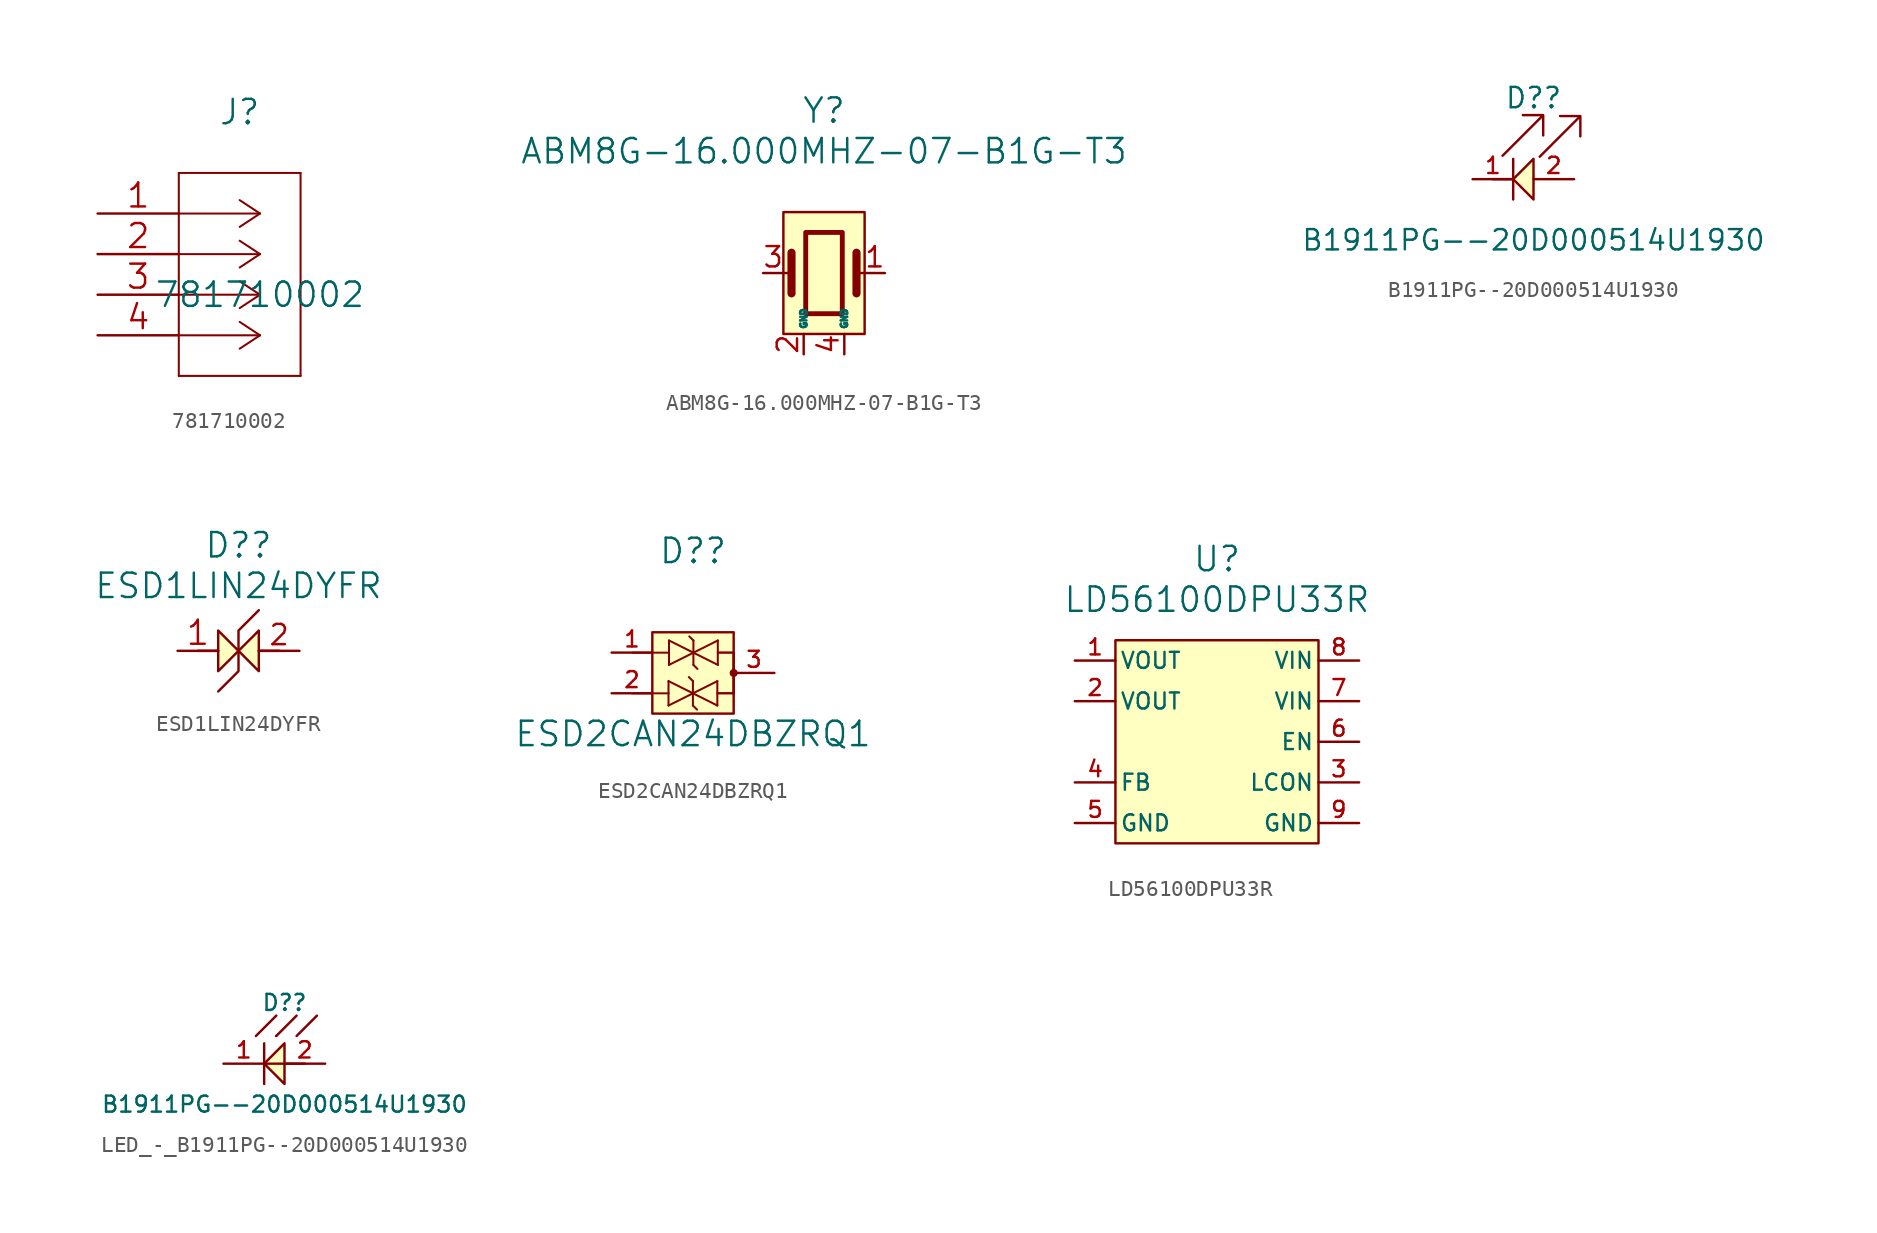
<source format=kicad_sym>
(kicad_symbol_lib
  (version 20220914)
  (generator kicad_symbol_editor)
  (symbol "781710002"
    (pin_names
      (offset 0.254) hide)
    (property "Reference" "J"
      (at 8.89 6.35 0)
      (effects (font (size 1.524 1.524))))
    (property "Value" "781710002"
      (at 10.16 -5.08 0)
      (effects (font (size 1.524 1.524))))
    (property "Datasheet" ""
      (at 0 0 0)
      (effects (font (size 1.524 1.524))))
    (property "ki_locked" ""
      (at 0 0 0)
      (effects (font (size 1.27 1.27))))
    (symbol "781710002_1_1"
      (polyline (pts (xy 5.08 -10.16) (xy 12.7 -10.16)) (stroke (width 0.127) (type solid)) (fill (type none)))
      (polyline (pts (xy 5.08 2.54) (xy 5.08 -10.16)) (stroke (width 0.127) (type solid)) (fill (type none)))
      (polyline (pts (xy 10.16 -7.62) (xy 5.08 -7.62)) (stroke (width 0.127) (type solid)) (fill (type none)))
      (polyline (pts (xy 10.16 -7.62) (xy 8.89 -8.458)) (stroke (width 0.127) (type solid)) (fill (type none)))
      (polyline (pts (xy 10.16 -7.62) (xy 8.89 -6.782)) (stroke (width 0.127) (type solid)) (fill (type none)))
      (polyline (pts (xy 10.16 -5.08) (xy 5.08 -5.08)) (stroke (width 0.127) (type solid)) (fill (type none)))
      (polyline (pts (xy 10.16 -5.08) (xy 8.89 -5.918)) (stroke (width 0.127) (type solid)) (fill (type none)))
      (polyline (pts (xy 10.16 -5.08) (xy 8.89 -4.242)) (stroke (width 0.127) (type solid)) (fill (type none)))
      (polyline (pts (xy 10.16 -2.54) (xy 5.08 -2.54)) (stroke (width 0.127) (type solid)) (fill (type none)))
      (polyline (pts (xy 10.16 -2.54) (xy 8.89 -3.378)) (stroke (width 0.127) (type solid)) (fill (type none)))
      (polyline (pts (xy 10.16 -2.54) (xy 8.89 -1.702)) (stroke (width 0.127) (type solid)) (fill (type none)))
      (polyline (pts (xy 10.16 0) (xy 5.08 0)) (stroke (width 0.127) (type solid)) (fill (type none)))
      (polyline (pts (xy 10.16 0) (xy 8.89 -0.838)) (stroke (width 0.127) (type solid)) (fill (type none)))
      (polyline (pts (xy 10.16 0) (xy 8.89 0.838)) (stroke (width 0.127) (type solid)) (fill (type none)))
      (polyline (pts (xy 12.7 -10.16) (xy 12.7 2.54)) (stroke (width 0.127) (type solid)) (fill (type none)))
      (polyline (pts (xy 12.7 2.54) (xy 5.08 2.54)) (stroke (width 0.127) (type solid)) (fill (type none)))
      (pin unspecified line (at 0 0 0) (length 5.08) (name "1" (effects (font (size 1.499 1.499)))) (number "1" (effects (font (size 1.499 1.499)))))
      (pin unspecified line (at 0 -2.54 0) (length 5.08) (name "2" (effects (font (size 1.499 1.499)))) (number "2" (effects (font (size 1.499 1.499)))))
      (pin unspecified line (at 0 -5.08 0) (length 5.08) (name "3" (effects (font (size 1.499 1.499)))) (number "3" (effects (font (size 1.499 1.499)))))
      (pin unspecified line (at 0 -7.62 0) (length 5.08) (name "4" (effects (font (size 1.499 1.499)))) (number "4" (effects (font (size 1.499 1.499)))))))
  (symbol "ABM8G-16.000MHZ-07-B1G-T3"
    (pin_names
      (offset 0.254))
    (property "Reference" "Y"
      (at 0 10.16 0)
      (effects (font (size 1.524 1.524))))
    (property "Value" "ABM8G-16.000MHZ-07-B1G-T3"
      (at 0 7.62 0)
      (effects (font (size 1.524 1.524))))
    (property "Datasheet" ""
      (at 0 5.08 0)
      (effects (font (size 1.524 1.524))))
    (symbol "ABM8G-16.000MHZ-07-B1G-T3_0_1"
      (rectangle (start -2.54 3.81) (end 2.54 -3.81) (stroke (width 0) (type default)) (fill (type background)))
      (rectangle (start -1.143 2.54) (end 1.143 -2.54) (stroke (width 0.305) (type default)) (fill (type background)))
      (polyline (pts (xy -2.54 0) (xy -2.032 0)) (stroke (width 0) (type default)) (fill (type none)))
      (polyline (pts (xy -2.032 -1.27) (xy -2.032 1.27)) (stroke (width 0.508) (type default)) (fill (type none)))
      (polyline (pts (xy 2.032 -1.27) (xy 2.032 1.27)) (stroke (width 0.508) (type default)) (fill (type none)))
      (polyline (pts (xy 2.032 0) (xy 2.54 0)) (stroke (width 0) (type default)) (fill (type none))))
    (symbol "ABM8G-16.000MHZ-07-B1G-T3_1_1"
      (pin passive line (at 3.81 0 180) (length 1.27) (name "" (effects (font (size 1.27 1.27)))) (number "1" (effects (font (size 1.27 1.27)))))
      (pin power_in line (at -1.27 -5.08 90) (length 1.27) (name "GND" (effects (font (size 0.4 0.4)))) (number "2" (effects (font (size 1.27 1.27)))))
      (pin passive line (at -3.81 0 0) (length 1.27) (name "" (effects (font (size 1.27 1.27)))) (number "3" (effects (font (size 1.27 1.27)))))
      (pin power_in line (at 1.27 -5.08 90) (length 1.27) (name "GND" (effects (font (size 0.4 0.4)))) (number "4" (effects (font (size 1.27 1.27)))))))
  (symbol "B1911PG--20D000514U1930"
    (property "Reference" "D?"
      (at 0 5.08 0)
      (effects (font (size 1.27 1.27))))
    (property "Value" "B1911PG--20D000514U1930"
      (at 0 -3.81 0)
      (effects (font (size 1.27 1.27))))
    (symbol "B1911PG--20D000514U1930_0_0"
      (pin passive line (at -3.81 0 0) (length 2.54) (name "" (effects (font (size 1.016 1.016)))) (number "1" (effects (font (size 1.016 1.016)))))
      (pin passive line (at 2.54 0 180) (length 2.54) (name "" (effects (font (size 1.016 1.016)))) (number "2" (effects (font (size 1.016 1.016))))))
    (symbol "B1911PG--20D000514U1930_0_1"
      (polyline (pts (xy -1.27 0) (xy -2.54 0)) (stroke (width 0) (type default)) (fill (type none)))
      (polyline (pts (xy -1.27 1.27) (xy -1.27 -1.27)) (stroke (width 0) (type default)) (fill (type none)))
      (polyline (pts (xy -1.934 1.466) (xy 0.606 4.006) (xy 0.606 2.736) (xy 0.606 4.006) (xy -0.664 4.006)) (stroke (width 0) (type default)) (fill (type none)))
      (polyline (pts (xy 0.389 1.406) (xy 2.929 3.946) (xy 2.929 2.676) (xy 2.929 3.946) (xy 1.659 3.946)) (stroke (width 0) (type default)) (fill (type none)))
      (polyline (pts (xy 0 1.27) (xy -1.27 0) (xy 0 -1.27) (xy 0 1.27) (xy 0 0) (xy 0 0)) (stroke (width 0) (type default)) (fill (type background)))))
  (symbol "ESD1LIN24DYFR"
    (pin_names
      (offset 0.254))
    (property "Reference" "D?"
      (at 0 6.604 0)
      (effects (font (size 1.524 1.524))))
    (property "Value" "ESD1LIN24DYFR"
      (at 0 4.064 0)
      (effects (font (size 1.524 1.524))))
    (symbol "ESD1LIN24DYFR_0_1"
      (polyline (pts (xy -1.27 0) (xy -2.54 0)) (stroke (width 0) (type default)) (fill (type none)))
      (polyline (pts (xy 1.27 0) (xy 2.54 0)) (stroke (width 0) (type default)) (fill (type none)))
      (polyline (pts (xy -1.27 -1.27) (xy 0 0) (xy -1.27 1.27) (xy -1.27 -1.27)) (stroke (width 0) (type default)) (fill (type background)))
      (polyline (pts (xy 1.27 1.27) (xy 0 0) (xy 1.27 -1.27) (xy 1.27 1.27)) (stroke (width 0) (type default)) (fill (type background)))
      (polyline (pts (xy 1.27 2.54) (xy 0 1.27) (xy 0 -1.27) (xy -1.27 -2.54)) (stroke (width 0) (type default)) (fill (type none))))
    (symbol "ESD1LIN24DYFR_1_1"
      (pin unspecified line (at -3.81 0 0) (length 2.54) (name "" (effects (font (size 1.499 1.499)))) (number "1" (effects (font (size 1.499 1.499)))))
      (pin power_in line (at 3.81 0 180) (length 2.54) (name "" (effects (font (size 1.27 1.27)))) (number "2" (effects (font (size 1.27 1.27)))))))
  (symbol "ESD2CAN24DBZRQ1"
    (pin_names
      (offset 0.254) hide)
    (property "Reference" "D?"
      (at 0 7.62 0)
      (effects (font (size 1.524 1.524))))
    (property "Value" "ESD2CAN24DBZRQ1"
      (at 0 -3.81 0)
      (effects (font (size 1.524 1.524))))
    (property "Datasheet" ""
      (at 0 0 0)
      (effects (font (size 1.524 1.524))))
    (property "ki_locked" ""
      (at 0 0 0)
      (effects (font (size 1.27 1.27))))
    (symbol "ESD2CAN24DBZRQ1_1_1"
      (rectangle (start -2.54 2.54) (end 2.54 -2.54) (stroke (width 0) (type default)) (fill (type background)))
      (polyline (pts (xy -1.529 -2.035) (xy -1.529 -0.511)) (stroke (width 0.127) (type solid)) (fill (type none)))
      (polyline (pts (xy -1.529 -1.273) (xy -3.815 -1.273)) (stroke (width 0.127) (type solid)) (fill (type none)))
      (polyline (pts (xy -1.529 -0.511) (xy -0.005 -1.273)) (stroke (width 0.127) (type solid)) (fill (type none)))
      (polyline (pts (xy -1.499 0.503) (xy -1.499 2.027)) (stroke (width 0.127) (type solid)) (fill (type none)))
      (polyline (pts (xy -1.499 1.265) (xy -3.785 1.265)) (stroke (width 0.127) (type solid)) (fill (type none)))
      (polyline (pts (xy -1.499 2.027) (xy 0.025 1.265)) (stroke (width 0.127) (type solid)) (fill (type none)))
      (polyline (pts (xy -0.005 -2.035) (xy -0.005 -0.511)) (stroke (width 0.127) (type solid)) (fill (type none)))
      (polyline (pts (xy -0.005 -2.035) (xy 0.249 -2.289)) (stroke (width 0.127) (type solid)) (fill (type none)))
      (polyline (pts (xy -0.005 -1.273) (xy -1.529 -2.035)) (stroke (width 0.127) (type solid)) (fill (type none)))
      (polyline (pts (xy -0.005 -1.273) (xy 1.519 -0.511)) (stroke (width 0.127) (type solid)) (fill (type none)))
      (polyline (pts (xy -0.005 -0.511) (xy -0.259 -0.257)) (stroke (width 0.127) (type solid)) (fill (type none)))
      (polyline (pts (xy 0.025 0.503) (xy 0.025 2.027)) (stroke (width 0.127) (type solid)) (fill (type none)))
      (polyline (pts (xy 0.025 0.503) (xy 0.279 0.249)) (stroke (width 0.127) (type solid)) (fill (type none)))
      (polyline (pts (xy 0.025 1.265) (xy -1.499 0.503)) (stroke (width 0.127) (type solid)) (fill (type none)))
      (polyline (pts (xy 0.025 1.265) (xy 1.549 2.027)) (stroke (width 0.127) (type solid)) (fill (type none)))
      (polyline (pts (xy 0.025 2.027) (xy -0.229 2.281)) (stroke (width 0.127) (type solid)) (fill (type none)))
      (polyline (pts (xy 1.519 -2.035) (xy -0.005 -1.273)) (stroke (width 0.127) (type solid)) (fill (type none)))
      (polyline (pts (xy 1.519 -0.511) (xy 1.519 -2.035)) (stroke (width 0.127) (type solid)) (fill (type none)))
      (polyline (pts (xy 1.549 0.503) (xy 0.025 1.265)) (stroke (width 0.127) (type solid)) (fill (type none)))
      (polyline (pts (xy 1.549 2.027) (xy 1.549 0.503)) (stroke (width 0.127) (type solid)) (fill (type none)))
      (polyline (pts (xy 1.567 1.27) (xy 2.54 1.27) (xy 2.54 -1.27) (xy 1.535 -1.27)) (stroke (width 0) (type default)) (fill (type none)))
      (arc (start 2.5274 -0.1193) (mid 2.5274 -0.1193) (end 2.5274 -0.1193) (stroke (width 0.254) (type solid)) (fill (type none)))
      (circle (center 2.54 -0.004) (radius 0.127) (stroke (width 0.254) (type solid)) (fill (type none)))
      (pin bidirectional line (at -5.08 1.27 0) (length 2.54) (name "IO" (effects (font (size 1 1)))) (number "1" (effects (font (size 1 1)))))
      (pin bidirectional line (at -5.08 -1.27 0) (length 2.54) (name "IO" (effects (font (size 1 1)))) (number "2" (effects (font (size 1 1)))))
      (pin power_in line (at 5.08 0 180) (length 2.54) (name "GND" (effects (font (size 1 1)))) (number "3" (effects (font (size 1 1)))))))
  (symbol "LD56100DPU33R"
    (pin_names
      (offset 0.254))
    (property "Reference" "U"
      (at 0 11.43 0)
      (effects (font (size 1.524 1.524))))
    (property "Value" "LD56100DPU33R"
      (at 0 8.89 0)
      (effects (font (size 1.524 1.524))))
    (property "Datasheet" ""
      (at -12.7 3.81 0)
      (effects (font (size 1.524 1.524))))
    (property "ki_locked" ""
      (at 0 0 0)
      (effects (font (size 1.27 1.27))))
    (symbol "LD56100DPU33R_1_1"
      (rectangle (start -6.35 6.35) (end 6.35 -6.35) (stroke (width 0) (type default)) (fill (type background)))
      (pin output line (at -8.89 5.08 0) (length 2.54) (name "VOUT" (effects (font (size 1 1)))) (number "1" (effects (font (size 1 1)))))
      (pin output line (at -8.89 2.54 0) (length 2.54) (name "VOUT" (effects (font (size 1 1)))) (number "2" (effects (font (size 1 1)))))
      (pin input line (at 8.89 -2.54 180) (length 2.54) (name "LCON" (effects (font (size 1 1)))) (number "3" (effects (font (size 1 1)))))
      (pin unspecified line (at -8.89 -2.54 0) (length 2.54) (name "FB" (effects (font (size 1 1)))) (number "4" (effects (font (size 1 1)))))
      (pin power_in line (at -8.89 -5.08 0) (length 2.54) (name "GND" (effects (font (size 1 1)))) (number "5" (effects (font (size 1 1)))))
      (pin input line (at 8.89 0 180) (length 2.54) (name "EN" (effects (font (size 1 1)))) (number "6" (effects (font (size 1 1)))))
      (pin power_in line (at 8.89 2.54 180) (length 2.54) (name "VIN" (effects (font (size 1 1)))) (number "7" (effects (font (size 1 1)))))
      (pin power_in line (at 8.89 5.08 180) (length 2.54) (name "VIN" (effects (font (size 1 1)))) (number "8" (effects (font (size 1 1)))))
      (pin power_in line (at 8.89 -5.08 180) (length 2.54) (name "GND" (effects (font (size 1 1)))) (number "9" (effects (font (size 1 1)))))))
  (symbol "LED_-_B1911PG--20D000514U1930"
    (property "Reference" "D?"
      (at 0 3.81 0)
      (effects (font (size 1 1))))
    (property "Value" "B1911PG--20D000514U1930"
      (at 0 -2.54 0)
      (effects (font (size 1 1))))
    (symbol "LED_-_B1911PG--20D000514U1930_0_0"
      (pin passive line (at -3.81 0 0) (length 2.54) (name "" (effects (font (size 1.016 1.016)))) (number "1" (effects (font (size 1.016 1.016)))))
      (pin passive line (at 2.54 0 180) (length 2.54) (name "" (effects (font (size 1.016 1.016)))) (number "2" (effects (font (size 1.016 1.016))))))
    (symbol "LED_-_B1911PG--20D000514U1930_0_1"
      (polyline (pts (xy -1.785 1.728) (xy -0.515 2.998)) (stroke (width 0) (type default)) (fill (type none)))
      (polyline (pts (xy -1.27 0) (xy 1.27 0)) (stroke (width 0) (type default)) (fill (type none)))
      (polyline (pts (xy -1.27 1.27) (xy -1.27 -1.27)) (stroke (width 0) (type default)) (fill (type none)))
      (polyline (pts (xy -0.515 1.728) (xy -0.515 1.728)) (stroke (width 0) (type default)) (fill (type none)))
      (polyline (pts (xy 0.755 2.998) (xy -0.515 1.728)) (stroke (width 0) (type default)) (fill (type none)))
      (polyline (pts (xy 2.025 2.998) (xy 0.755 1.728)) (stroke (width 0) (type default)) (fill (type none)))
      (polyline (pts (xy 0 1.27) (xy -1.27 0) (xy 0 -1.27) (xy 0 1.27)) (stroke (width 0) (type default)) (fill (type background))))))
</source>
